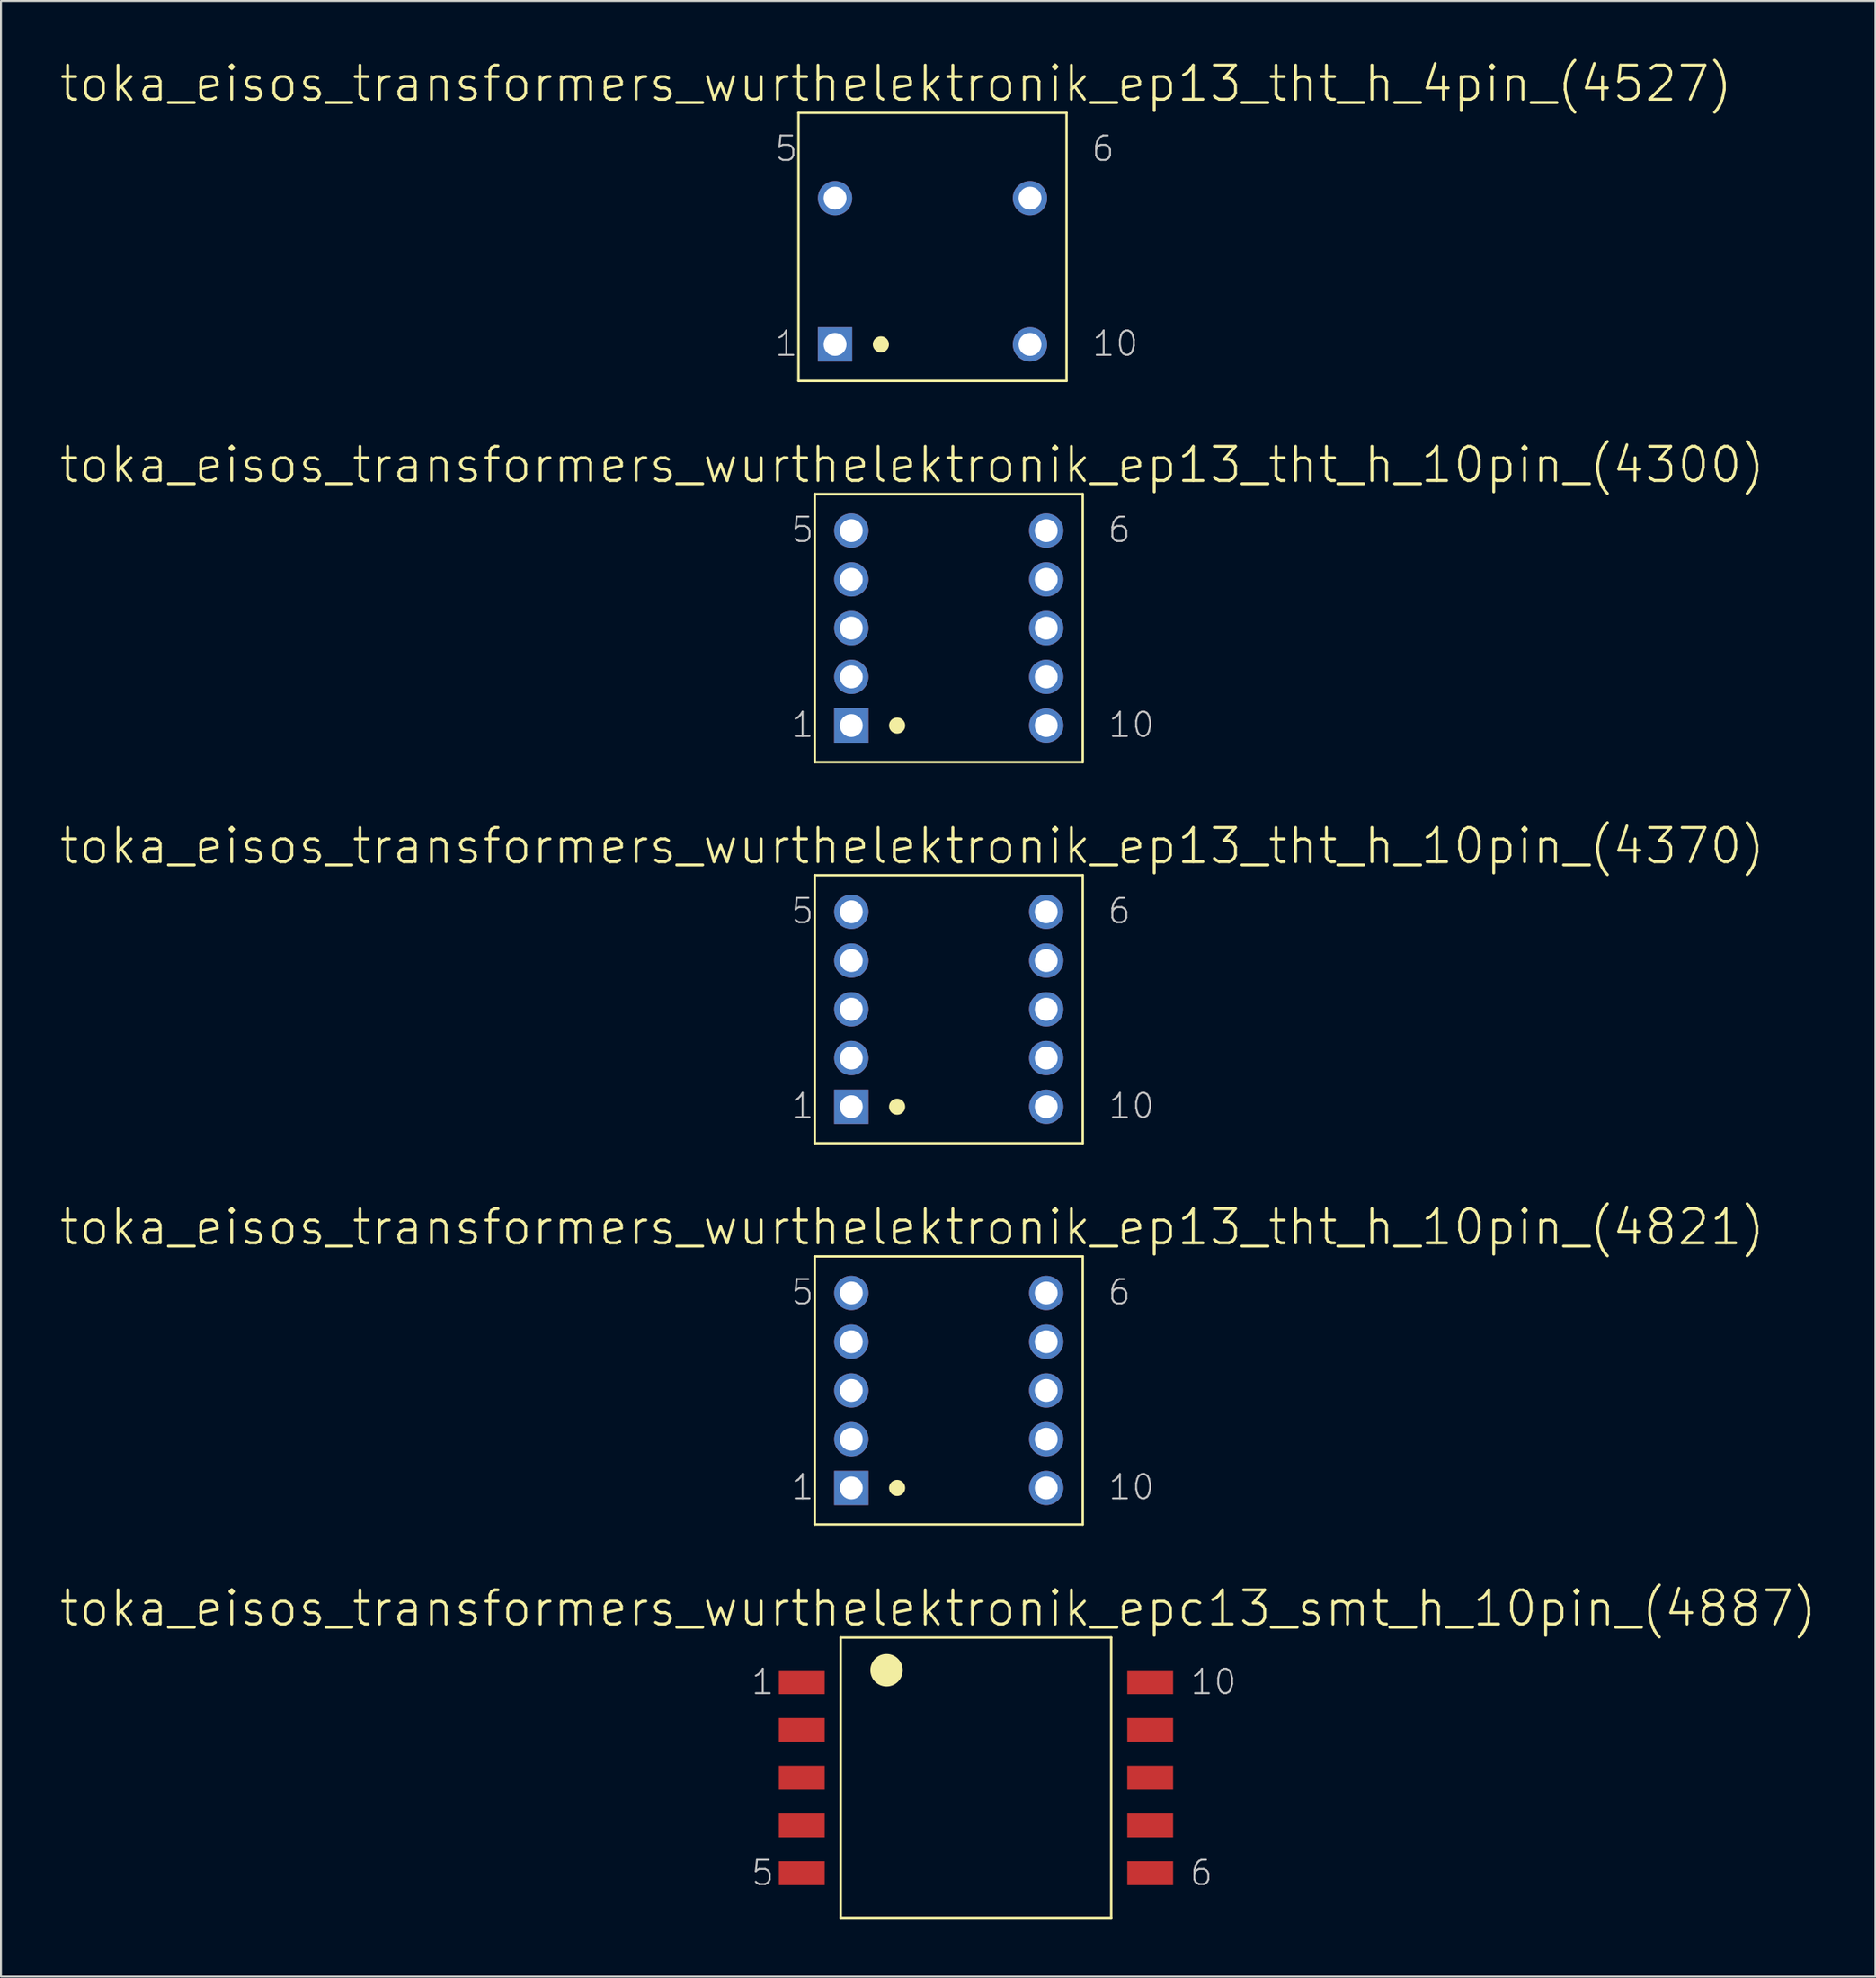
<source format=kicad_pcb>
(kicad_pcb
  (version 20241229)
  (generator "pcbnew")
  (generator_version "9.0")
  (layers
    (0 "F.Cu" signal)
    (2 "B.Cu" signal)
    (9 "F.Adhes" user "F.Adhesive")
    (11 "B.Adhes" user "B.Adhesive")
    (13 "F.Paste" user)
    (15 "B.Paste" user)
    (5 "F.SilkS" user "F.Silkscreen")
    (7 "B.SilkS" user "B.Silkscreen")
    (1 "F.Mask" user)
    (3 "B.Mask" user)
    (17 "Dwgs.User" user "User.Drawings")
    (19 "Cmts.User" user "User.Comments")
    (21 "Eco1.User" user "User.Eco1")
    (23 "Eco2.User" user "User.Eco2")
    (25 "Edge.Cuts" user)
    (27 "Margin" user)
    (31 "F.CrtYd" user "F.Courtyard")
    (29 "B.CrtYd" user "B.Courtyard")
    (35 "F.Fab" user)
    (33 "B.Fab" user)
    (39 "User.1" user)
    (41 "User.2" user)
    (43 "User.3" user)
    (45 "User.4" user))
  (footprint "toka_eisos_transformers_wurthelektronik_epc13_smt_h_10pin_(4887)"
    (layer "F.Cu")
    (at 47.824 89.592)
    (property "Reference" "toka_eisos_transformers_wurthelektronik_epc13_smt_h_10pin_(4887)" (at -1.968 -8.824 0) (layer "F.SilkS") (effects (font (size 1.778 1.778) (thickness 0.152))))
    (attr smd)
    (fp_line (start -7.048 -7.303) (end -7.048 7.303) (stroke (width 0.127) (type solid)) (layer "F.SilkS"))
    (fp_line (start -7.048 -7.303) (end 7.048 -7.303) (stroke (width 0.127) (type solid)) (layer "F.SilkS"))
    (fp_line (start -7.048 7.303) (end 7.048 7.303) (stroke (width 0.127) (type solid)) (layer "F.SilkS"))
    (fp_line (start 7.048 -7.303) (end 7.048 7.303) (stroke (width 0.127) (type solid)) (layer "F.SilkS"))
    (fp_circle (center -4.661 -5.601) (end -5.258 -6.198) (stroke (width 0) (type solid)) (fill yes) (layer "F.SilkS"))
    (fp_text user "6" (at 11.748 4.966 0) (layer "Dwgs.User") (effects (font (size 1.27 1.27) (thickness 0.102))))
    (fp_text user "1" (at -11.113 -4.991 0) (layer "Dwgs.User") (effects (font (size 1.27 1.27) (thickness 0.102))))
    (fp_text user "10" (at 12.383 -4.991 0) (layer "Dwgs.User") (effects (font (size 1.27 1.27) (thickness 0.102))))
    (fp_text user "5" (at -11.113 4.966 0) (layer "Dwgs.User") (effects (font (size 1.27 1.27) (thickness 0.102))))
    (pad "1" smd rect (at -9.081 -4.978) (size 2.388 1.245) (layers "F.Cu" "F.Mask" "F.Paste"))
    (pad "2" smd rect (at -9.081 -2.489) (size 2.388 1.245) (layers "F.Cu" "F.Mask" "F.Paste"))
    (pad "3" smd rect (at -9.081 0) (size 2.388 1.245) (layers "F.Cu" "F.Mask" "F.Paste"))
    (pad "4" smd rect (at -9.081 2.489) (size 2.388 1.245) (layers "F.Cu" "F.Mask" "F.Paste"))
    (pad "5" smd rect (at -9.081 4.978) (size 2.388 1.245) (layers "F.Cu" "F.Mask" "F.Paste"))
    (pad "6" smd rect (at 9.081 4.978) (size 2.388 1.245) (layers "F.Cu" "F.Mask" "F.Paste"))
    (pad "7" smd rect (at 9.081 2.489) (size 2.388 1.245) (layers "F.Cu" "F.Mask" "F.Paste"))
    (pad "8" smd rect (at 9.081 0) (size 2.388 1.245) (layers "F.Cu" "F.Mask" "F.Paste"))
    (pad "9" smd rect (at 9.081 -2.489) (size 2.388 1.245) (layers "F.Cu" "F.Mask" "F.Paste"))
    (pad "10" smd rect (at 9.081 -4.978) (size 2.388 1.245) (layers "F.Cu" "F.Mask" "F.Paste")))
  (footprint "toka_eisos_transformers_wurthelektronik_ep13_tht_h_4pin_(4527)"
    (layer "F.Cu")
    (at 45.559 9.817)
    (property "Reference" "toka_eisos_transformers_wurthelektronik_ep13_tht_h_4pin_(4527)" (at -1.905 -8.509 0) (layer "F.SilkS") (effects (font (size 1.778 1.778) (thickness 0.152))))
    (attr exclude_from_pos_files exclude_from_bom)
    (fp_line (start -6.985 -6.985) (end -6.985 6.985) (stroke (width 0.127) (type solid)) (layer "F.SilkS"))
    (fp_line (start -6.985 -6.985) (end 6.985 -6.985) (stroke (width 0.127) (type solid)) (layer "F.SilkS"))
    (fp_line (start -6.985 6.985) (end 6.985 6.985) (stroke (width 0.127) (type solid)) (layer "F.SilkS"))
    (fp_line (start 6.985 -6.985) (end 6.985 6.985) (stroke (width 0.127) (type solid)) (layer "F.SilkS"))
    (fp_circle (center -2.692 5.08) (end -2.99 5.377) (stroke (width 0) (type solid)) (fill yes) (layer "F.SilkS"))
    (fp_text user "5" (at -7.62 -5.118 0) (layer "Dwgs.User") (effects (font (size 1.27 1.27) (thickness 0.102))))
    (fp_text user "6" (at 8.89 -5.118 0) (layer "Dwgs.User") (effects (font (size 1.27 1.27) (thickness 0.102))))
    (fp_text user "10" (at 9.525 5.042 0) (layer "Dwgs.User") (effects (font (size 1.27 1.27) (thickness 0.102))))
    (fp_text user "1" (at -7.62 5.042 0) (layer "Dwgs.User") (effects (font (size 1.27 1.27) (thickness 0.102))))
    (pad "1" thru_hole rect (at -5.08 5.08) (size 1.788 1.788) (drill 1.194) (layers "*.Cu" "*.Paste" "*.Mask"))
    (pad "4" thru_hole circle (at -5.08 -2.54) (size 1.788 1.788) (drill 1.194) (layers "*.Cu" "*.Paste" "*.Mask"))
    (pad "7" thru_hole circle (at 5.08 -2.54) (size 1.788 1.788) (drill 1.194) (layers "*.Cu" "*.Paste" "*.Mask"))
    (pad "10" thru_hole circle (at 5.08 5.08) (size 1.788 1.788) (drill 1.194) (layers "*.Cu" "*.Paste" "*.Mask")))
  (footprint "toka_eisos_transformers_wurthelektronik_ep13_tht_h_10pin_(4370)"
    (layer "F.Cu")
    (at 46.406 49.547)
    (property "Reference" "toka_eisos_transformers_wurthelektronik_ep13_tht_h_10pin_(4370)" (at -1.905 -8.509 0) (layer "F.SilkS") (effects (font (size 1.778 1.778) (thickness 0.152))))
    (attr exclude_from_pos_files exclude_from_bom)
    (fp_line (start -6.985 -6.985) (end -6.985 6.985) (stroke (width 0.127) (type solid)) (layer "F.SilkS"))
    (fp_line (start -6.985 -6.985) (end 6.985 -6.985) (stroke (width 0.127) (type solid)) (layer "F.SilkS"))
    (fp_line (start -6.985 6.985) (end 6.985 6.985) (stroke (width 0.127) (type solid)) (layer "F.SilkS"))
    (fp_line (start 6.985 -6.985) (end 6.985 6.985) (stroke (width 0.127) (type solid)) (layer "F.SilkS"))
    (fp_circle (center -2.692 5.08) (end -2.99 5.377) (stroke (width 0) (type solid)) (fill yes) (layer "F.SilkS"))
    (fp_text user "6" (at 8.89 -5.118 0) (layer "Dwgs.User") (effects (font (size 1.27 1.27) (thickness 0.102))))
    (fp_text user "1" (at -7.62 5.042 0) (layer "Dwgs.User") (effects (font (size 1.27 1.27) (thickness 0.102))))
    (fp_text user "5" (at -7.62 -5.118 0) (layer "Dwgs.User") (effects (font (size 1.27 1.27) (thickness 0.102))))
    (fp_text user "10" (at 9.525 5.042 0) (layer "Dwgs.User") (effects (font (size 1.27 1.27) (thickness 0.102))))
    (pad "1" thru_hole rect (at -5.08 5.08) (size 1.788 1.788) (drill 1.194) (layers "*.Cu" "*.Paste" "*.Mask"))
    (pad "2" thru_hole circle (at -5.08 2.54) (size 1.788 1.788) (drill 1.194) (layers "*.Cu" "*.Paste" "*.Mask"))
    (pad "3" thru_hole circle (at -5.08 0) (size 1.788 1.788) (drill 1.194) (layers "*.Cu" "*.Paste" "*.Mask"))
    (pad "4" thru_hole circle (at -5.08 -2.54) (size 1.788 1.788) (drill 1.194) (layers "*.Cu" "*.Paste" "*.Mask"))
    (pad "5" thru_hole circle (at -5.08 -5.08) (size 1.788 1.788) (drill 1.194) (layers "*.Cu" "*.Paste" "*.Mask"))
    (pad "6" thru_hole circle (at 5.08 -5.08) (size 1.788 1.788) (drill 1.194) (layers "*.Cu" "*.Paste" "*.Mask"))
    (pad "7" thru_hole circle (at 5.08 -2.54) (size 1.788 1.788) (drill 1.194) (layers "*.Cu" "*.Paste" "*.Mask"))
    (pad "8" thru_hole circle (at 5.08 0) (size 1.788 1.788) (drill 1.194) (layers "*.Cu" "*.Paste" "*.Mask"))
    (pad "9" thru_hole circle (at 5.08 2.54) (size 1.788 1.788) (drill 1.194) (layers "*.Cu" "*.Paste" "*.Mask"))
    (pad "10" thru_hole circle (at 5.08 5.08) (size 1.788 1.788) (drill 1.194) (layers "*.Cu" "*.Paste" "*.Mask")))
  (footprint "toka_eisos_transformers_wurthelektronik_ep13_tht_h_10pin_(4300)"
    (layer "F.Cu")
    (at 46.406 29.682)
    (property "Reference" "toka_eisos_transformers_wurthelektronik_ep13_tht_h_10pin_(4300)" (at -1.905 -8.509 0) (layer "F.SilkS") (effects (font (size 1.778 1.778) (thickness 0.152))))
    (attr exclude_from_pos_files exclude_from_bom)
    (fp_line (start -6.985 -6.985) (end -6.985 6.985) (stroke (width 0.127) (type solid)) (layer "F.SilkS"))
    (fp_line (start -6.985 -6.985) (end 6.985 -6.985) (stroke (width 0.127) (type solid)) (layer "F.SilkS"))
    (fp_line (start -6.985 6.985) (end 6.985 6.985) (stroke (width 0.127) (type solid)) (layer "F.SilkS"))
    (fp_line (start 6.985 -6.985) (end 6.985 6.985) (stroke (width 0.127) (type solid)) (layer "F.SilkS"))
    (fp_circle (center -2.692 5.08) (end -2.99 5.377) (stroke (width 0) (type solid)) (fill yes) (layer "F.SilkS"))
    (fp_text user "10" (at 9.525 5.042 0) (layer "Dwgs.User") (effects (font (size 1.27 1.27) (thickness 0.102))))
    (fp_text user "1" (at -7.62 5.042 0) (layer "Dwgs.User") (effects (font (size 1.27 1.27) (thickness 0.102))))
    (fp_text user "6" (at 8.89 -5.118 0) (layer "Dwgs.User") (effects (font (size 1.27 1.27) (thickness 0.102))))
    (fp_text user "5" (at -7.62 -5.118 0) (layer "Dwgs.User") (effects (font (size 1.27 1.27) (thickness 0.102))))
    (pad "1" thru_hole rect (at -5.08 5.08) (size 1.788 1.788) (drill 1.194) (layers "*.Cu" "*.Paste" "*.Mask"))
    (pad "2" thru_hole circle (at -5.08 2.54) (size 1.788 1.788) (drill 1.194) (layers "*.Cu" "*.Paste" "*.Mask"))
    (pad "3" thru_hole circle (at -5.08 0) (size 1.788 1.788) (drill 1.194) (layers "*.Cu" "*.Paste" "*.Mask"))
    (pad "4" thru_hole circle (at -5.08 -2.54) (size 1.788 1.788) (drill 1.194) (layers "*.Cu" "*.Paste" "*.Mask"))
    (pad "5" thru_hole circle (at -5.08 -5.08) (size 1.788 1.788) (drill 1.194) (layers "*.Cu" "*.Paste" "*.Mask"))
    (pad "6" thru_hole circle (at 5.08 -5.08) (size 1.788 1.788) (drill 1.194) (layers "*.Cu" "*.Paste" "*.Mask"))
    (pad "7" thru_hole circle (at 5.08 -2.54) (size 1.788 1.788) (drill 1.194) (layers "*.Cu" "*.Paste" "*.Mask"))
    (pad "8" thru_hole circle (at 5.08 0) (size 1.788 1.788) (drill 1.194) (layers "*.Cu" "*.Paste" "*.Mask"))
    (pad "9" thru_hole circle (at 5.08 2.54) (size 1.788 1.788) (drill 1.194) (layers "*.Cu" "*.Paste" "*.Mask"))
    (pad "10" thru_hole circle (at 5.08 5.08) (size 1.788 1.788) (drill 1.194) (layers "*.Cu" "*.Paste" "*.Mask")))
  (footprint "toka_eisos_transformers_wurthelektronik_ep13_tht_h_10pin_(4821)"
    (layer "F.Cu")
    (at 46.406 69.412)
    (property "Reference" "toka_eisos_transformers_wurthelektronik_ep13_tht_h_10pin_(4821)" (at -1.905 -8.509 0) (layer "F.SilkS") (effects (font (size 1.778 1.778) (thickness 0.152))))
    (attr exclude_from_pos_files exclude_from_bom)
    (fp_line (start -6.985 -6.985) (end -6.985 6.985) (stroke (width 0.127) (type solid)) (layer "F.SilkS"))
    (fp_line (start -6.985 -6.985) (end 6.985 -6.985) (stroke (width 0.127) (type solid)) (layer "F.SilkS"))
    (fp_line (start -6.985 6.985) (end 6.985 6.985) (stroke (width 0.127) (type solid)) (layer "F.SilkS"))
    (fp_line (start 6.985 -6.985) (end 6.985 6.985) (stroke (width 0.127) (type solid)) (layer "F.SilkS"))
    (fp_circle (center -2.692 5.08) (end -2.99 5.377) (stroke (width 0) (type solid)) (fill yes) (layer "F.SilkS"))
    (fp_text user "1" (at -7.62 5.042 0) (layer "Dwgs.User") (effects (font (size 1.27 1.27) (thickness 0.102))))
    (fp_text user "6" (at 8.89 -5.118 0) (layer "Dwgs.User") (effects (font (size 1.27 1.27) (thickness 0.102))))
    (fp_text user "10" (at 9.525 5.042 0) (layer "Dwgs.User") (effects (font (size 1.27 1.27) (thickness 0.102))))
    (fp_text user "5" (at -7.62 -5.118 0) (layer "Dwgs.User") (effects (font (size 1.27 1.27) (thickness 0.102))))
    (pad "1" thru_hole rect (at -5.08 5.08) (size 1.788 1.788) (drill 1.194) (layers "*.Cu" "*.Paste" "*.Mask"))
    (pad "2" thru_hole circle (at -5.08 2.54) (size 1.788 1.788) (drill 1.194) (layers "*.Cu" "*.Paste" "*.Mask"))
    (pad "3" thru_hole circle (at -5.08 0) (size 1.788 1.788) (drill 1.194) (layers "*.Cu" "*.Paste" "*.Mask"))
    (pad "4" thru_hole circle (at -5.08 -2.54) (size 1.788 1.788) (drill 1.194) (layers "*.Cu" "*.Paste" "*.Mask"))
    (pad "5" thru_hole circle (at -5.08 -5.08) (size 1.788 1.788) (drill 1.194) (layers "*.Cu" "*.Paste" "*.Mask"))
    (pad "6" thru_hole circle (at 5.08 -5.08) (size 1.788 1.788) (drill 1.194) (layers "*.Cu" "*.Paste" "*.Mask"))
    (pad "7" thru_hole circle (at 5.08 -2.54) (size 1.788 1.788) (drill 1.194) (layers "*.Cu" "*.Paste" "*.Mask"))
    (pad "8" thru_hole circle (at 5.08 0) (size 1.788 1.788) (drill 1.194) (layers "*.Cu" "*.Paste" "*.Mask"))
    (pad "9" thru_hole circle (at 5.08 2.54) (size 1.788 1.788) (drill 1.194) (layers "*.Cu" "*.Paste" "*.Mask"))
    (pad "10" thru_hole circle (at 5.08 5.08) (size 1.788 1.788) (drill 1.194) (layers "*.Cu" "*.Paste" "*.Mask")))
  (gr_rect
    (start -3 -3)
    (end 94.711 99.958)
    (stroke (width 0.1) (type default))
    (fill no)
    (layer "Edge.Cuts")))
</source>
